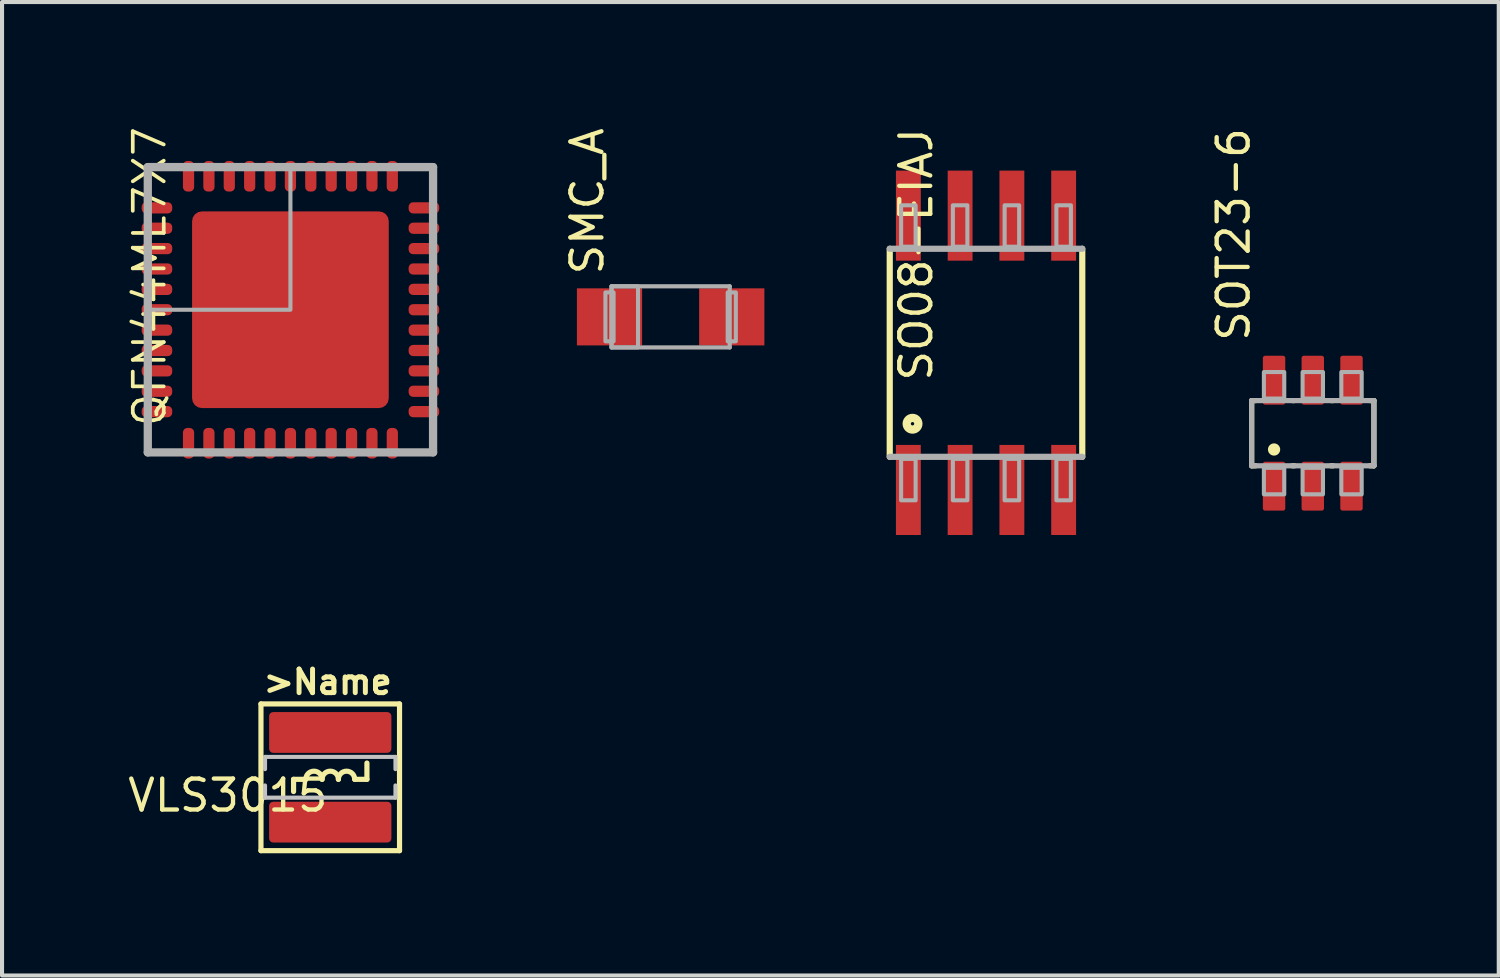
<source format=kicad_pcb>
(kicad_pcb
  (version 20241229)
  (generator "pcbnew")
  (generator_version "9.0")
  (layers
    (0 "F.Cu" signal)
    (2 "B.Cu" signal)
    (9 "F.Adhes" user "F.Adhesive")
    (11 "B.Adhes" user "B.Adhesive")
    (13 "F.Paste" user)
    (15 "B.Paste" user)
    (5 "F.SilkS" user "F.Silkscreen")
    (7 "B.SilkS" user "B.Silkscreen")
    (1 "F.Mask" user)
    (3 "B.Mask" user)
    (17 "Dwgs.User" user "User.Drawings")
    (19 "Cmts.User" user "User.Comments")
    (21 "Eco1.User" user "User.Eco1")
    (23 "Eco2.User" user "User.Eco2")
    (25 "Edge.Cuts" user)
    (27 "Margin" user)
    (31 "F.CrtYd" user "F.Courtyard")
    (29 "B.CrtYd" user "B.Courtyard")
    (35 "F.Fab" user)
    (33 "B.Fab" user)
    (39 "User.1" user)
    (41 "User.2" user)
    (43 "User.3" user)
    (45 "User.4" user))
  (footprint "QFN44ML7X7"
    (layer "F.Cu")
    (at 4.076 4.55)
    (property "Reference" "QFN44ML7X7" (at -3.9 -4.55 90) (layer "F.SilkS") (effects (font (size 0.76 0.76) (thickness 0.091)) (justify right top)))
    (attr through_hole)
    (fp_circle (center 0 0) (end 0.635 0) (stroke (width 2.54) (type solid)) (fill no) (layer "F.Mask"))
    (fp_circle (center 0 0) (end 0.635 0) (stroke (width 1.27) (type solid)) (fill no) (layer "F.Paste"))
    (fp_line (start -3.5 -3.5) (end -3.5 3.5) (stroke (width 0.203) (type solid)) (layer "F.Fab"))
    (fp_line (start -3.5 3.5) (end 3.5 3.5) (stroke (width 0.203) (type solid)) (layer "F.Fab"))
    (fp_line (start 3.5 -3.5) (end -3.5 -3.5) (stroke (width 0.203) (type solid)) (layer "F.Fab"))
    (fp_line (start 3.5 3.5) (end 3.5 -3.5) (stroke (width 0.203) (type solid)) (layer "F.Fab"))
    (fp_poly (pts (xy -3.5 0) (xy 0 0) (xy 0 -3.5) (xy -3.5 -3.5)) (stroke (width 0.1) (type solid)) (fill no) (layer "F.Fab"))
    (pad "1" smd roundrect (at -3.275 -2.5) (size 0.75 0.275) (layers "F.Cu" "F.Mask" "F.Paste") (roundrect_rratio 0.4))
    (pad "2" smd roundrect (at -3.275 -2) (size 0.75 0.275) (layers "F.Cu" "F.Mask" "F.Paste") (roundrect_rratio 0.4))
    (pad "3" smd roundrect (at -3.275 -1.5) (size 0.75 0.275) (layers "F.Cu" "F.Mask" "F.Paste") (roundrect_rratio 0.4))
    (pad "4" smd roundrect (at -3.275 -1) (size 0.75 0.275) (layers "F.Cu" "F.Mask" "F.Paste") (roundrect_rratio 0.4))
    (pad "5" smd roundrect (at -3.275 -0.5) (size 0.75 0.275) (layers "F.Cu" "F.Mask" "F.Paste") (roundrect_rratio 0.4))
    (pad "6" smd roundrect (at -3.275 0) (size 0.75 0.275) (layers "F.Cu" "F.Mask" "F.Paste") (roundrect_rratio 0.4))
    (pad "7" smd roundrect (at -3.275 0.5) (size 0.75 0.275) (layers "F.Cu" "F.Mask" "F.Paste") (roundrect_rratio 0.4))
    (pad "8" smd roundrect (at -3.275 1) (size 0.75 0.275) (layers "F.Cu" "F.Mask" "F.Paste") (roundrect_rratio 0.4))
    (pad "9" smd roundrect (at -3.275 1.5) (size 0.75 0.275) (layers "F.Cu" "F.Mask" "F.Paste") (roundrect_rratio 0.4))
    (pad "10" smd roundrect (at -3.275 2) (size 0.75 0.275) (layers "F.Cu" "F.Mask" "F.Paste") (roundrect_rratio 0.4))
    (pad "11" smd roundrect (at -3.275 2.5) (size 0.75 0.275) (layers "F.Cu" "F.Mask" "F.Paste") (roundrect_rratio 0.4))
    (pad "12" smd roundrect (at -2.5 3.275 90) (size 0.75 0.275) (layers "F.Cu" "F.Mask" "F.Paste") (roundrect_rratio 0.4))
    (pad "13" smd roundrect (at -2 3.275 90) (size 0.75 0.275) (layers "F.Cu" "F.Mask" "F.Paste") (roundrect_rratio 0.4))
    (pad "14" smd roundrect (at -1.5 3.275 90) (size 0.75 0.275) (layers "F.Cu" "F.Mask" "F.Paste") (roundrect_rratio 0.4))
    (pad "15" smd roundrect (at -1 3.275 90) (size 0.75 0.275) (layers "F.Cu" "F.Mask" "F.Paste") (roundrect_rratio 0.4))
    (pad "16" smd roundrect (at -0.5 3.275 90) (size 0.75 0.275) (layers "F.Cu" "F.Mask" "F.Paste") (roundrect_rratio 0.4))
    (pad "17" smd roundrect (at 0 3.275 90) (size 0.75 0.275) (layers "F.Cu" "F.Mask" "F.Paste") (roundrect_rratio 0.4))
    (pad "18" smd roundrect (at 0.5 3.275 90) (size 0.75 0.275) (layers "F.Cu" "F.Mask" "F.Paste") (roundrect_rratio 0.4))
    (pad "19" smd roundrect (at 1 3.275 90) (size 0.75 0.275) (layers "F.Cu" "F.Mask" "F.Paste") (roundrect_rratio 0.4))
    (pad "20" smd roundrect (at 1.5 3.275 90) (size 0.75 0.275) (layers "F.Cu" "F.Mask" "F.Paste") (roundrect_rratio 0.4))
    (pad "21" smd roundrect (at 2 3.275 90) (size 0.75 0.275) (layers "F.Cu" "F.Mask" "F.Paste") (roundrect_rratio 0.4))
    (pad "22" smd roundrect (at 2.5 3.275 90) (size 0.75 0.275) (layers "F.Cu" "F.Mask" "F.Paste") (roundrect_rratio 0.4))
    (pad "23" smd roundrect (at 3.275 2.5 180) (size 0.75 0.275) (layers "F.Cu" "F.Mask" "F.Paste") (roundrect_rratio 0.4))
    (pad "24" smd roundrect (at 3.275 2 180) (size 0.75 0.275) (layers "F.Cu" "F.Mask" "F.Paste") (roundrect_rratio 0.4))
    (pad "25" smd roundrect (at 3.275 1.5 180) (size 0.75 0.275) (layers "F.Cu" "F.Mask" "F.Paste") (roundrect_rratio 0.4))
    (pad "26" smd roundrect (at 3.275 1 180) (size 0.75 0.275) (layers "F.Cu" "F.Mask" "F.Paste") (roundrect_rratio 0.4))
    (pad "27" smd roundrect (at 3.275 0.5 180) (size 0.75 0.275) (layers "F.Cu" "F.Mask" "F.Paste") (roundrect_rratio 0.4))
    (pad "28" smd roundrect (at 3.275 0 180) (size 0.75 0.275) (layers "F.Cu" "F.Mask" "F.Paste") (roundrect_rratio 0.4))
    (pad "29" smd roundrect (at 3.275 -0.5 180) (size 0.75 0.275) (layers "F.Cu" "F.Mask" "F.Paste") (roundrect_rratio 0.4))
    (pad "30" smd roundrect (at 3.275 -1 180) (size 0.75 0.275) (layers "F.Cu" "F.Mask" "F.Paste") (roundrect_rratio 0.4))
    (pad "31" smd roundrect (at 3.275 -1.5 180) (size 0.75 0.275) (layers "F.Cu" "F.Mask" "F.Paste") (roundrect_rratio 0.4))
    (pad "32" smd roundrect (at 3.275 -2 180) (size 0.75 0.275) (layers "F.Cu" "F.Mask" "F.Paste") (roundrect_rratio 0.4))
    (pad "33" smd roundrect (at 3.275 -2.5 180) (size 0.75 0.275) (layers "F.Cu" "F.Mask" "F.Paste") (roundrect_rratio 0.4))
    (pad "34" smd roundrect (at 2.5 -3.275 270) (size 0.75 0.275) (layers "F.Cu" "F.Mask" "F.Paste") (roundrect_rratio 0.4))
    (pad "35" smd roundrect (at 2 -3.275 270) (size 0.75 0.275) (layers "F.Cu" "F.Mask" "F.Paste") (roundrect_rratio 0.4))
    (pad "36" smd roundrect (at 1.5 -3.275 270) (size 0.75 0.275) (layers "F.Cu" "F.Mask" "F.Paste") (roundrect_rratio 0.4))
    (pad "37" smd roundrect (at 1 -3.275 270) (size 0.75 0.275) (layers "F.Cu" "F.Mask" "F.Paste") (roundrect_rratio 0.4))
    (pad "38" smd roundrect (at 0.5 -3.275 270) (size 0.75 0.275) (layers "F.Cu" "F.Mask" "F.Paste") (roundrect_rratio 0.4))
    (pad "39" smd roundrect (at 0 -3.275 270) (size 0.75 0.275) (layers "F.Cu" "F.Mask" "F.Paste") (roundrect_rratio 0.4))
    (pad "40" smd roundrect (at -0.5 -3.275 270) (size 0.75 0.275) (layers "F.Cu" "F.Mask" "F.Paste") (roundrect_rratio 0.4))
    (pad "41" smd roundrect (at -1 -3.275 270) (size 0.75 0.275) (layers "F.Cu" "F.Mask" "F.Paste") (roundrect_rratio 0.4))
    (pad "42" smd roundrect (at -1.5 -3.275 270) (size 0.75 0.275) (layers "F.Cu" "F.Mask" "F.Paste") (roundrect_rratio 0.4))
    (pad "43" smd roundrect (at -2 -3.275 270) (size 0.75 0.275) (layers "F.Cu" "F.Mask" "F.Paste") (roundrect_rratio 0.4))
    (pad "44" smd roundrect (at -2.5 -3.275 270) (size 0.75 0.275) (layers "F.Cu" "F.Mask" "F.Paste") (roundrect_rratio 0.4))
    (pad "EXP" smd roundrect (at 0 0) (size 4.826 4.826) (layers "F.Cu" "F.Mask") (roundrect_rratio 0.05)))
  (footprint "SOT23-6"
    (layer "F.Cu")
    (at 29.161 7.579)
    (property "Reference" "SOT23-6" (at -1.5 -2.2 270) (layer "F.SilkS") (effects (font (size 0.76 0.76) (thickness 0.106)) (justify left bottom)))
    (attr through_hole)
    (fp_line (start -1.5 0.8) (end -1.5 -0.8) (stroke (width 0.127) (type solid)) (layer "F.SilkS"))
    (fp_line (start -1.4 -0.8) (end -1.5 -0.8) (stroke (width 0.127) (type solid)) (layer "F.SilkS"))
    (fp_line (start -1.4 0.8) (end -1.5 0.8) (stroke (width 0.127) (type solid)) (layer "F.SilkS"))
    (fp_line (start -0.45 -0.8) (end -0.5 -0.8) (stroke (width 0.127) (type solid)) (layer "F.SilkS"))
    (fp_line (start -0.45 0.8) (end -0.5 0.8) (stroke (width 0.127) (type solid)) (layer "F.SilkS"))
    (fp_line (start 0.5 -0.8) (end 0.45 -0.8) (stroke (width 0.127) (type solid)) (layer "F.SilkS"))
    (fp_line (start 0.5 0.8) (end 0.45 0.8) (stroke (width 0.127) (type solid)) (layer "F.SilkS"))
    (fp_line (start 1.5 -0.8) (end 1.4 -0.8) (stroke (width 0.127) (type solid)) (layer "F.SilkS"))
    (fp_line (start 1.5 -0.8) (end 1.5 0.8) (stroke (width 0.127) (type solid)) (layer "F.SilkS"))
    (fp_line (start 1.5 0.8) (end 1.4 0.8) (stroke (width 0.127) (type solid)) (layer "F.SilkS"))
    (fp_circle (center -0.95 0.4) (end -0.8 0.4) (stroke (width 0) (type solid)) (fill yes) (layer "F.SilkS"))
    (fp_line (start -1.5 -0.8) (end 1.5 -0.8) (stroke (width 0.127) (type solid)) (layer "F.Fab"))
    (fp_line (start -1.5 0.8) (end -1.5 -0.8) (stroke (width 0.127) (type solid)) (layer "F.Fab"))
    (fp_line (start 1.5 0.8) (end -1.5 0.8) (stroke (width 0.127) (type solid)) (layer "F.Fab"))
    (fp_line (start 1.5 0.8) (end 1.5 -0.8) (stroke (width 0.127) (type solid)) (layer "F.Fab"))
    (fp_poly (pts (xy -1.2 -0.85) (xy -0.7 -0.85) (xy -0.7 -1.5) (xy -1.2 -1.5)) (stroke (width 0.1) (type solid)) (fill no) (layer "F.Fab"))
    (fp_poly (pts (xy -1.2 1.5) (xy -0.7 1.5) (xy -0.7 0.85) (xy -1.2 0.85)) (stroke (width 0.1) (type solid)) (fill no) (layer "F.Fab"))
    (fp_poly (pts (xy -0.25 -0.85) (xy 0.25 -0.85) (xy 0.25 -1.5) (xy -0.25 -1.5)) (stroke (width 0.1) (type solid)) (fill no) (layer "F.Fab"))
    (fp_poly (pts (xy -0.25 1.5) (xy 0.25 1.5) (xy 0.25 0.85) (xy -0.25 0.85)) (stroke (width 0.1) (type solid)) (fill no) (layer "F.Fab"))
    (fp_poly (pts (xy 0.7 -0.85) (xy 1.2 -0.85) (xy 1.2 -1.5) (xy 0.7 -1.5)) (stroke (width 0.1) (type solid)) (fill no) (layer "F.Fab"))
    (fp_poly (pts (xy 0.7 1.5) (xy 1.2 1.5) (xy 1.2 0.85) (xy 0.7 0.85)) (stroke (width 0.1) (type solid)) (fill no) (layer "F.Fab"))
    (pad "1" smd roundrect (at -0.95 1.3) (size 0.55 1.2) (layers "F.Cu" "F.Mask" "F.Paste") (roundrect_rratio 0.1))
    (pad "2" smd roundrect (at 0 1.3) (size 0.55 1.2) (layers "F.Cu" "F.Mask" "F.Paste") (roundrect_rratio 0.1))
    (pad "3" smd roundrect (at 0.95 1.3) (size 0.55 1.2) (layers "F.Cu" "F.Mask" "F.Paste") (roundrect_rratio 0.1))
    (pad "4" smd roundrect (at 0.95 -1.3) (size 0.55 1.2) (layers "F.Cu" "F.Mask" "F.Paste") (roundrect_rratio 0.1))
    (pad "5" smd roundrect (at 0 -1.3) (size 0.55 1.2) (layers "F.Cu" "F.Mask" "F.Paste") (roundrect_rratio 0.1))
    (pad "6" smd roundrect (at -0.95 -1.3) (size 0.55 1.2) (layers "F.Cu" "F.Mask" "F.Paste") (roundrect_rratio 0.1)))
  (footprint "VLS3015"
    (layer "F.Cu")
    (at 5.053 16.022)
    (property "Reference" "VLS3015" (at 0 0 180) (layer "F.SilkS") (effects (font (size 0.76 0.76) (thickness 0.106)) (justify right top)))
    (attr through_hole)
    (fp_line (start -1.7 -1.8) (end 1.7 -1.8) (stroke (width 0.127) (type solid)) (layer "F.SilkS"))
    (fp_line (start -1.7 1.8) (end -1.7 -1.8) (stroke (width 0.127) (type solid)) (layer "F.SilkS"))
    (fp_line (start -0.9 0.05) (end -0.9 0.35) (stroke (width 0.127) (type solid)) (layer "F.SilkS"))
    (fp_line (start -0.6 0.05) (end -0.9 0.05) (stroke (width 0.127) (type solid)) (layer "F.SilkS"))
    (fp_line (start 0.6 0.05) (end 0.9 0.05) (stroke (width 0.127) (type solid)) (layer "F.SilkS"))
    (fp_line (start 0.9 0.05) (end 0.9 -0.35) (stroke (width 0.127) (type solid)) (layer "F.SilkS"))
    (fp_line (start 1.7 -1.8) (end 1.7 1.8) (stroke (width 0.127) (type solid)) (layer "F.SilkS"))
    (fp_line (start 1.7 1.8) (end -1.7 1.8) (stroke (width 0.127) (type solid)) (layer "F.SilkS"))
    (fp_arc (start -0.6 0.05) (mid -0.4 -0.15) (end -0.2 0.05) (stroke (width 0.127) (type solid)) (layer "F.SilkS"))
    (fp_arc (start -0.2 0.05) (mid 0 -0.15) (end 0.2 0.05) (stroke (width 0.127) (type solid)) (layer "F.SilkS"))
    (fp_arc (start 0.2 0.05) (mid 0.4 -0.15) (end 0.6 0.05) (stroke (width 0.127) (type solid)) (layer "F.SilkS"))
    (fp_line (start -1.6 -0.5) (end 1.6 -0.5) (stroke (width 0.1) (type solid)) (layer "Dwgs.User"))
    (fp_line (start -1.6 -0.2) (end -1.6 -0.5) (stroke (width 0.1) (type solid)) (layer "Dwgs.User"))
    (fp_line (start -1.6 0.5) (end -1.6 0.2) (stroke (width 0.1) (type solid)) (layer "Dwgs.User"))
    (fp_line (start 1.6 -0.5) (end 1.6 -0.2) (stroke (width 0.1) (type solid)) (layer "Dwgs.User"))
    (fp_line (start 1.6 0.2) (end 1.6 0.5) (stroke (width 0.1) (type solid)) (layer "Dwgs.User"))
    (fp_line (start 1.6 0.5) (end -1.6 0.5) (stroke (width 0.1) (type solid)) (layer "Dwgs.User"))
    (fp_text user ">Name" (at -1.7 -2 0) (layer "F.SilkS") (effects (font (size 0.579 0.579) (thickness 0.122)) (justify left bottom)))
    (pad "1" smd roundrect (at 0 -1.1) (size 3 1) (layers "F.Cu" "F.Mask" "F.Paste") (roundrect_rratio 0.1))
    (pad "2" smd roundrect (at 0 1.1) (size 3 1) (layers "F.Cu" "F.Mask" "F.Paste") (roundrect_rratio 0.1)))
  (footprint "SMC_A"
    (layer "F.Cu")
    (at 13.405 4.725)
    (property "Reference" "SMC_A" (at -1.6 -0.975 270) (layer "F.SilkS") (effects (font (size 0.76 0.76) (thickness 0.106)) (justify left bottom)))
    (attr through_hole)
    (fp_line (start -1.45 -0.75) (end 1.45 -0.75) (stroke (width 0.102) (type solid)) (layer "F.Fab"))
    (fp_line (start -1.45 0.75) (end -1.45 -0.75) (stroke (width 0.102) (type solid)) (layer "F.Fab"))
    (fp_line (start 1.45 -0.75) (end 1.45 0.75) (stroke (width 0.102) (type solid)) (layer "F.Fab"))
    (fp_line (start 1.45 0.75) (end -1.45 0.75) (stroke (width 0.102) (type solid)) (layer "F.Fab"))
    (fp_poly (pts (xy -1.6 0.6) (xy -1.4 0.6) (xy -1.4 -0.6) (xy -1.6 -0.6)) (stroke (width 0.1) (type solid)) (fill no) (layer "F.Fab"))
    (fp_poly (pts (xy -1.45 0.75) (xy -0.8 0.75) (xy -0.8 -0.75) (xy -1.45 -0.75)) (stroke (width 0.1) (type solid)) (fill no) (layer "F.Fab"))
    (fp_poly (pts (xy 1.6 -0.6) (xy 1.4 -0.6) (xy 1.4 0.6) (xy 1.6 0.6)) (stroke (width 0.1) (type solid)) (fill no) (layer "F.Fab"))
    (pad "+" smd rect (at -1.5 0) (size 1.6 1.4) (layers "F.Cu" "F.Mask" "F.Paste"))
    (pad "-" smd rect (at 1.5 0 180) (size 1.6 1.4) (layers "F.Cu" "F.Mask" "F.Paste")))
  (footprint "SO08-EIAJ"
    (layer "F.Cu")
    (at 21.143 5.594)
    (property "Reference" "SO08-EIAJ" (at -1.27 0.762 90) (layer "F.SilkS") (effects (font (size 0.76 0.76) (thickness 0.106)) (justify left bottom)))
    (attr through_hole)
    (fp_line (start -2.362 -2.54) (end -2.362 2.565) (stroke (width 0.152) (type solid)) (layer "F.SilkS"))
    (fp_line (start 2.362 2.565) (end 2.362 -2.54) (stroke (width 0.152) (type solid)) (layer "F.SilkS"))
    (fp_circle (center -1.803 1.753) (end -1.66 1.753) (stroke (width 0.203) (type solid)) (fill no) (layer "F.SilkS"))
    (fp_line (start -2.362 2.565) (end 2.362 2.565) (stroke (width 0.152) (type solid)) (layer "F.Fab"))
    (fp_line (start 2.362 -2.54) (end -2.362 -2.54) (stroke (width 0.152) (type solid)) (layer "F.Fab"))
    (fp_poly (pts (xy -2.083 -2.591) (xy -1.727 -2.591) (xy -1.727 -3.607) (xy -2.083 -3.607)) (stroke (width 0.1) (type solid)) (fill no) (layer "F.Fab"))
    (fp_poly (pts (xy -2.083 3.632) (xy -1.727 3.632) (xy -1.727 2.616) (xy -2.083 2.616)) (stroke (width 0.1) (type solid)) (fill no) (layer "F.Fab"))
    (fp_poly (pts (xy -0.813 -2.591) (xy -0.457 -2.591) (xy -0.457 -3.607) (xy -0.813 -3.607)) (stroke (width 0.1) (type solid)) (fill no) (layer "F.Fab"))
    (fp_poly (pts (xy -0.813 3.632) (xy -0.457 3.632) (xy -0.457 2.616) (xy -0.813 2.616)) (stroke (width 0.1) (type solid)) (fill no) (layer "F.Fab"))
    (fp_poly (pts (xy 0.457 -2.591) (xy 0.813 -2.591) (xy 0.813 -3.607) (xy 0.457 -3.607)) (stroke (width 0.1) (type solid)) (fill no) (layer "F.Fab"))
    (fp_poly (pts (xy 0.457 3.632) (xy 0.813 3.632) (xy 0.813 2.616) (xy 0.457 2.616)) (stroke (width 0.1) (type solid)) (fill no) (layer "F.Fab"))
    (fp_poly (pts (xy 1.727 -2.591) (xy 2.083 -2.591) (xy 2.083 -3.607) (xy 1.727 -3.607)) (stroke (width 0.1) (type solid)) (fill no) (layer "F.Fab"))
    (fp_poly (pts (xy 1.727 3.632) (xy 2.083 3.632) (xy 2.083 2.616) (xy 1.727 2.616)) (stroke (width 0.1) (type solid)) (fill no) (layer "F.Fab"))
    (pad "1" smd rect (at -1.905 3.378) (size 0.61 2.21) (layers "F.Cu" "F.Mask" "F.Paste"))
    (pad "2" smd rect (at -0.635 3.378) (size 0.61 2.21) (layers "F.Cu" "F.Mask" "F.Paste"))
    (pad "3" smd rect (at 0.635 3.378) (size 0.61 2.21) (layers "F.Cu" "F.Mask" "F.Paste"))
    (pad "4" smd rect (at 1.905 3.378) (size 0.61 2.21) (layers "F.Cu" "F.Mask" "F.Paste"))
    (pad "5" smd rect (at 1.905 -3.353) (size 0.61 2.21) (layers "F.Cu" "F.Mask" "F.Paste"))
    (pad "6" smd rect (at 0.635 -3.353) (size 0.61 2.21) (layers "F.Cu" "F.Mask" "F.Paste"))
    (pad "7" smd rect (at -0.635 -3.353) (size 0.61 2.21) (layers "F.Cu" "F.Mask" "F.Paste"))
    (pad "8" smd rect (at -1.905 -3.353) (size 0.61 2.21) (layers "F.Cu" "F.Mask" "F.Paste")))
  (gr_rect
    (start -3 -3)
    (end 33.724 20.885)
    (stroke (width 0.1) (type default))
    (fill no)
    (layer "Edge.Cuts")))
</source>
